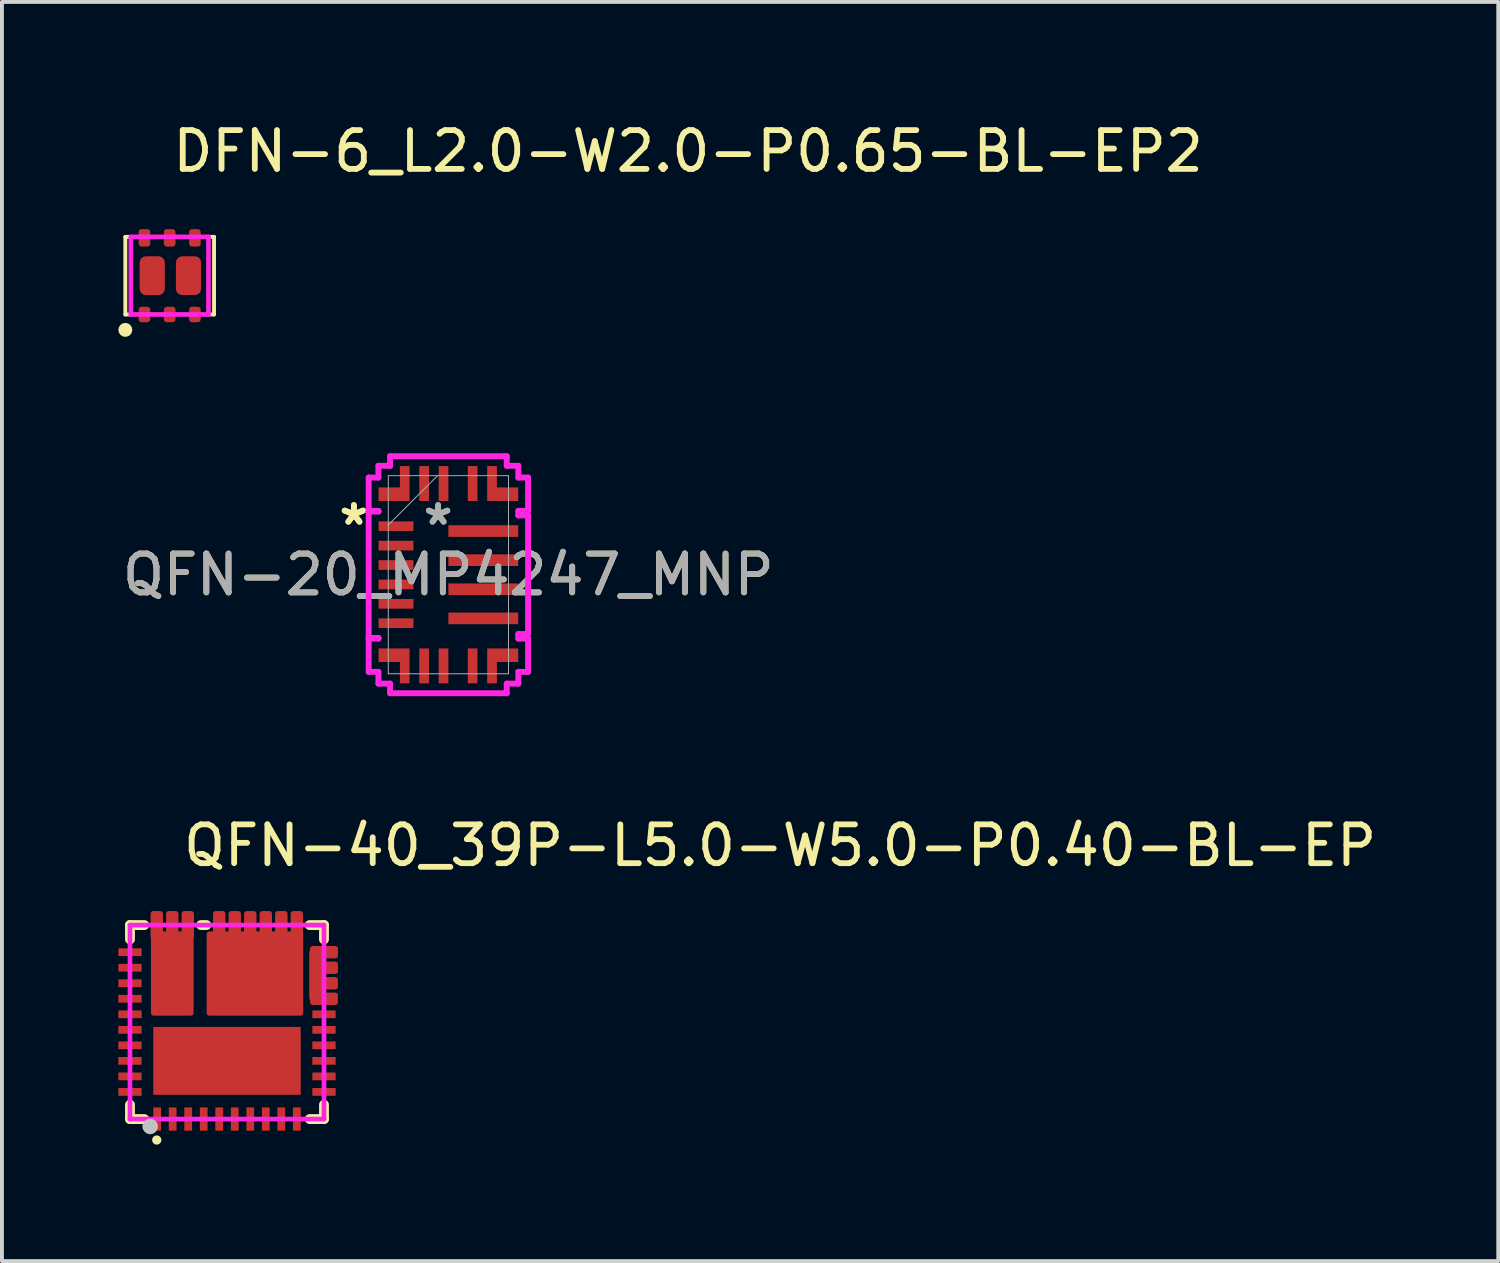
<source format=kicad_pcb>
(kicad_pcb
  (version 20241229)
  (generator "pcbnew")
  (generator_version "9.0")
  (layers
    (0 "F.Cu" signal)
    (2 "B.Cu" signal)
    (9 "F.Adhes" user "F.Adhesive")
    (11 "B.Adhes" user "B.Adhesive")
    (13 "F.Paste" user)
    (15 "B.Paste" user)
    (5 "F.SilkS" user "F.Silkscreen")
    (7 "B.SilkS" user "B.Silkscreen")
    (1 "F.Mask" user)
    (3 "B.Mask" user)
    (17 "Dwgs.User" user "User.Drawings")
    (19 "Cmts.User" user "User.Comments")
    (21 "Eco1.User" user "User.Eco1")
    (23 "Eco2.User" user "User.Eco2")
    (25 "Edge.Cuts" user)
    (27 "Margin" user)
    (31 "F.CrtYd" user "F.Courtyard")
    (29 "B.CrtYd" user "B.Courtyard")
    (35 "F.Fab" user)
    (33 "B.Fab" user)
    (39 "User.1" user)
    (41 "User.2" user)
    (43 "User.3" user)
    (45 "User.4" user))
  (footprint "QFN-20_MP4247_MNP"
    (layer "F.Cu")
    (at 8.506 11.762)
    (property "Reference" "QFN-20_MP4247_MNP" (at 0 0 0) (unlocked yes) (layer "F.SilkS") (effects (font (size 1 1) (thickness 0.15))))
    (attr smd)
    (fp_poly (pts (xy -1.25 -2.8) (xy -1.25 -2.25) (xy -1.8 -2.25) (xy -1.8 -1.9) (xy -1 -1.9) (xy -1 -2.8)) (stroke (width 0) (type solid)) (fill yes) (layer "F.Cu"))
    (fp_poly (pts (xy -1.25 2.8) (xy -1.25 2.25) (xy -1.8 2.25) (xy -1.8 1.9) (xy -1 1.9) (xy -1 2.8)) (stroke (width 0) (type solid)) (fill yes) (layer "F.Cu"))
    (fp_poly (pts (xy 1.25 -2.8) (xy 1.25 -2.25) (xy 1.8 -2.25) (xy 1.8 -1.9) (xy 1 -1.9) (xy 1 -2.8)) (stroke (width 0) (type solid)) (fill yes) (layer "F.Cu"))
    (fp_poly (pts (xy 1.25 2.8) (xy 1.25 2.25) (xy 1.8 2.25) (xy 1.8 1.9) (xy 1 1.9) (xy 1 2.8)) (stroke (width 0) (type solid)) (fill yes) (layer "F.Cu"))
    (fp_poly (pts (xy -1.25 -2.8) (xy -1.25 -2.25) (xy -1.8 -2.25) (xy -1.8 -1.9) (xy -1 -1.9) (xy -1 -2.8)) (stroke (width 0) (type solid)) (fill yes) (layer "F.Mask"))
    (fp_poly (pts (xy -1.25 2.8) (xy -1.25 2.25) (xy -1.8 2.25) (xy -1.8 1.9) (xy -1 1.9) (xy -1 2.8)) (stroke (width 0) (type solid)) (fill yes) (layer "F.Mask"))
    (fp_poly (pts (xy 1.25 -2.8) (xy 1.25 -2.25) (xy 1.8 -2.25) (xy 1.8 -1.9) (xy 1 -1.9) (xy 1 -2.8)) (stroke (width 0) (type solid)) (fill yes) (layer "F.Mask"))
    (fp_poly (pts (xy 1.25 2.8) (xy 1.25 2.25) (xy 1.8 2.25) (xy 1.8 1.9) (xy 1 1.9) (xy 1 2.8)) (stroke (width 0) (type solid)) (fill yes) (layer "F.Mask"))
    (fp_poly (pts (xy -1.25 -2.8) (xy -1.25 -2.25) (xy -1.8 -2.25) (xy -1.8 -1.9) (xy -1 -1.9) (xy -1 -2.8)) (stroke (width 0) (type solid)) (fill yes) (layer "F.Paste"))
    (fp_poly (pts (xy -1.25 2.8) (xy -1.25 2.25) (xy -1.8 2.25) (xy -1.8 1.9) (xy -1 1.9) (xy -1 2.8)) (stroke (width 0) (type solid)) (fill yes) (layer "F.Paste"))
    (fp_poly (pts (xy 1.25 -2.8) (xy 1.25 -2.25) (xy 1.8 -2.25) (xy 1.8 -1.9) (xy 1 -1.9) (xy 1 -2.8)) (stroke (width 0) (type solid)) (fill yes) (layer "F.Paste"))
    (fp_poly (pts (xy 1.25 2.8) (xy 1.25 2.25) (xy 1.8 2.25) (xy 1.8 1.9) (xy 1 1.9) (xy 1 2.8)) (stroke (width 0) (type solid)) (fill yes) (layer "F.Paste"))
    (fp_line (start -2.054 -2.504) (end -2.054 -1.646) (stroke (width 0.152) (type solid)) (layer "F.CrtYd"))
    (fp_line (start -2.054 -1.646) (end -1.803 -1.646) (stroke (width 0.152) (type solid)) (layer "F.CrtYd"))
    (fp_line (start -2.054 1.646) (end -2.054 2.504) (stroke (width 0.152) (type solid)) (layer "F.CrtYd"))
    (fp_line (start -2.054 2.504) (end -1.803 2.504) (stroke (width 0.152) (type solid)) (layer "F.CrtYd"))
    (fp_line (start -2.054 -1.629) (end -2.054 1.629) (stroke (width 0.152) (type solid)) (layer "F.CrtYd"))
    (fp_line (start -2.054 1.629) (end -1.803 1.629) (stroke (width 0.152) (type solid)) (layer "F.CrtYd"))
    (fp_line (start -1.803 -2.807) (end -1.803 -2.504) (stroke (width 0.152) (type solid)) (layer "F.CrtYd"))
    (fp_line (start -1.803 -2.504) (end -2.054 -2.504) (stroke (width 0.152) (type solid)) (layer "F.CrtYd"))
    (fp_line (start -1.803 -1.646) (end -1.803 -1.629) (stroke (width 0.152) (type solid)) (layer "F.CrtYd"))
    (fp_line (start -1.803 -1.629) (end -2.054 -1.629) (stroke (width 0.152) (type solid)) (layer "F.CrtYd"))
    (fp_line (start -1.803 1.629) (end -1.803 1.646) (stroke (width 0.152) (type solid)) (layer "F.CrtYd"))
    (fp_line (start -1.803 1.646) (end -2.054 1.646) (stroke (width 0.152) (type solid)) (layer "F.CrtYd"))
    (fp_line (start -1.803 2.504) (end -1.803 2.807) (stroke (width 0.152) (type solid)) (layer "F.CrtYd"))
    (fp_line (start -1.803 2.807) (end -1.504 2.807) (stroke (width 0.152) (type solid)) (layer "F.CrtYd"))
    (fp_line (start -1.504 -3.054) (end -1.504 -2.807) (stroke (width 0.152) (type solid)) (layer "F.CrtYd"))
    (fp_line (start -1.504 -2.807) (end -1.803 -2.807) (stroke (width 0.152) (type solid)) (layer "F.CrtYd"))
    (fp_line (start -1.504 2.807) (end -1.504 3.054) (stroke (width 0.152) (type solid)) (layer "F.CrtYd"))
    (fp_line (start -1.504 3.054) (end 1.504 3.054) (stroke (width 0.152) (type solid)) (layer "F.CrtYd"))
    (fp_line (start 1.504 -3.054) (end -1.504 -3.054) (stroke (width 0.152) (type solid)) (layer "F.CrtYd"))
    (fp_line (start 1.504 -2.807) (end 1.504 -3.054) (stroke (width 0.152) (type solid)) (layer "F.CrtYd"))
    (fp_line (start 1.504 2.807) (end 1.803 2.807) (stroke (width 0.152) (type solid)) (layer "F.CrtYd"))
    (fp_line (start 1.504 3.054) (end 1.504 2.807) (stroke (width 0.152) (type solid)) (layer "F.CrtYd"))
    (fp_line (start 1.803 -2.807) (end 1.504 -2.807) (stroke (width 0.152) (type solid)) (layer "F.CrtYd"))
    (fp_line (start 1.803 -2.504) (end 1.803 -2.807) (stroke (width 0.152) (type solid)) (layer "F.CrtYd"))
    (fp_line (start 1.803 -1.646) (end 2.054 -1.646) (stroke (width 0.152) (type solid)) (layer "F.CrtYd"))
    (fp_line (start 1.803 -1.529) (end 1.803 -1.646) (stroke (width 0.152) (type solid)) (layer "F.CrtYd"))
    (fp_line (start 1.803 1.529) (end 2.054 1.529) (stroke (width 0.152) (type solid)) (layer "F.CrtYd"))
    (fp_line (start 1.803 1.646) (end 1.803 1.529) (stroke (width 0.152) (type solid)) (layer "F.CrtYd"))
    (fp_line (start 1.803 2.504) (end 2.054 2.504) (stroke (width 0.152) (type solid)) (layer "F.CrtYd"))
    (fp_line (start 1.803 2.807) (end 1.803 2.504) (stroke (width 0.152) (type solid)) (layer "F.CrtYd"))
    (fp_line (start 2.054 -1.529) (end 1.803 -1.529) (stroke (width 0.152) (type solid)) (layer "F.CrtYd"))
    (fp_line (start 2.054 1.529) (end 2.054 -1.529) (stroke (width 0.152) (type solid)) (layer "F.CrtYd"))
    (fp_line (start 2.054 -2.504) (end 1.803 -2.504) (stroke (width 0.152) (type solid)) (layer "F.CrtYd"))
    (fp_line (start 2.054 -1.646) (end 2.054 -2.504) (stroke (width 0.152) (type solid)) (layer "F.CrtYd"))
    (fp_line (start 2.054 1.646) (end 1.803 1.646) (stroke (width 0.152) (type solid)) (layer "F.CrtYd"))
    (fp_line (start 2.054 2.504) (end 2.054 1.646) (stroke (width 0.152) (type solid)) (layer "F.CrtYd"))
    (fp_line (start -1.549 -2.553) (end -1.549 2.553) (stroke (width 0.025) (type solid)) (layer "F.Fab"))
    (fp_line (start -1.549 -1.283) (end -0.279 -2.553) (stroke (width 0.025) (type solid)) (layer "F.Fab"))
    (fp_line (start -1.549 2.553) (end 1.549 2.553) (stroke (width 0.025) (type solid)) (layer "F.Fab"))
    (fp_line (start 1.549 -2.553) (end -1.549 -2.553) (stroke (width 0.025) (type solid)) (layer "F.Fab"))
    (fp_line (start 1.549 2.553) (end 1.549 -2.553) (stroke (width 0.025) (type solid)) (layer "F.Fab"))
    (fp_text user "*" (at -2.435 -1.25 0) (layer "F.SilkS") (effects (font (size 1 1) (thickness 0.15))))
    (fp_text user "*" (at -2.435 -1.25 0) (unlocked yes) (layer "F.SilkS") (effects (font (size 1 1) (thickness 0.15))))
    (fp_text user "*" (at -0.265 -1.25 0) (unlocked yes) (layer "F.Fab") (effects (font (size 1 1) (thickness 0.15))))
    (fp_text user "${REFERENCE}" (at 0 0 0) (unlocked yes) (layer "F.Fab") (effects (font (size 1 1) (thickness 0.15))))
    (fp_text user "*" (at -0.265 -1.25 0) (layer "F.Fab") (effects (font (size 1 1) (thickness 0.15))))
    (pad "1" smd rect (at -1.35 -1.25) (size 0.9 0.25) (layers "F.Cu" "F.Mask" "F.Paste"))
    (pad "2" smd rect (at -1.35 -0.75) (size 0.9 0.25) (layers "F.Cu" "F.Mask" "F.Paste"))
    (pad "3" smd rect (at -1.35 -0.25) (size 0.9 0.25) (layers "F.Cu" "F.Mask" "F.Paste"))
    (pad "4" smd rect (at -1.35 0.25) (size 0.9 0.25) (layers "F.Cu" "F.Mask" "F.Paste"))
    (pad "5" smd rect (at -1.35 0.75) (size 0.9 0.25) (layers "F.Cu" "F.Mask" "F.Paste"))
    (pad "6" smd rect (at -1.35 1.25) (size 0.9 0.25) (layers "F.Cu" "F.Mask" "F.Paste"))
    (pad "7" smd rect (at -1.125 2.35 90) (size 0.127 0.127) (layers "F.Cu" "F.Mask" "F.Paste"))
    (pad "8" smd rect (at -0.625 2.35 90) (size 0.9 0.25) (layers "F.Cu" "F.Mask" "F.Paste"))
    (pad "9" smd rect (at -0.125 2.35 90) (size 0.9 0.25) (layers "F.Cu" "F.Mask" "F.Paste"))
    (pad "10" smd rect (at 0.625 2.35 90) (size 0.9 0.25) (layers "F.Cu" "F.Mask" "F.Paste"))
    (pad "11" smd rect (at 1.125 2.35 90) (size 0.127 0.127) (layers "F.Cu" "F.Mask" "F.Paste"))
    (pad "12" smd rect (at 0.9 1.125) (size 1.8 0.3) (layers "F.Cu" "F.Mask" "F.Paste"))
    (pad "13" smd rect (at 0.9 0.375) (size 1.8 0.3) (layers "F.Cu" "F.Mask" "F.Paste"))
    (pad "14" smd rect (at 0.9 -0.375) (size 1.8 0.3) (layers "F.Cu" "F.Mask" "F.Paste"))
    (pad "15" smd rect (at 0.9 -1.125) (size 1.8 0.3) (layers "F.Cu" "F.Mask" "F.Paste"))
    (pad "16" smd rect (at 1.125 -2.35 90) (size 0.127 0.127) (layers "F.Cu" "F.Mask" "F.Paste"))
    (pad "17" smd rect (at 0.625 -2.35 90) (size 0.9 0.25) (layers "F.Cu" "F.Mask" "F.Paste"))
    (pad "18" smd rect (at -0.125 -2.35 90) (size 0.9 0.25) (layers "F.Cu" "F.Mask" "F.Paste"))
    (pad "19" smd rect (at -0.625 -2.35 90) (size 0.9 0.25) (layers "F.Cu" "F.Mask" "F.Paste"))
    (pad "20" smd rect (at -1.125 -2.35 90) (size 0.127 0.127) (layers "F.Cu" "F.Mask" "F.Paste")))
  (footprint "DFN-6_L2.0-W2.0-P0.65-BL-EP2"
    (layer "F.Cu")
    (at 1.323 4.055)
    (property "Reference" "DFN-6_L2.0-W2.0-P0.65-BL-EP2" (at 0 -3.207 0) (layer "F.SilkS") (effects (font (size 1 1) (thickness 0.15)) (justify left)))
    (attr through_hole)
    (fp_line (start -1.143 -1) (end -1.031 -1) (stroke (width 0.1) (type solid)) (layer "F.SilkS"))
    (fp_line (start -1.143 1) (end -1.143 -1) (stroke (width 0.1) (type solid)) (layer "F.SilkS"))
    (fp_line (start -1.143 1) (end -1.031 1) (stroke (width 0.1) (type solid)) (layer "F.SilkS"))
    (fp_line (start 1.031 -1) (end 1.143 -1) (stroke (width 0.1) (type solid)) (layer "F.SilkS"))
    (fp_line (start 1.031 1) (end 1.143 1) (stroke (width 0.1) (type solid)) (layer "F.SilkS"))
    (fp_line (start 1.143 1) (end 1.143 -1) (stroke (width 0.1) (type solid)) (layer "F.SilkS"))
    (fp_circle (center -1.143 1.397) (end -1.053 1.397) (stroke (width 0.18) (type solid)) (fill no) (layer "F.SilkS"))
    (fp_line (start -1 -1) (end 1 -1) (stroke (width 0.12) (type solid)) (layer "F.CrtYd"))
    (fp_line (start -1 1) (end -1 -1) (stroke (width 0.12) (type solid)) (layer "F.CrtYd"))
    (fp_line (start 1 -1) (end 1 1) (stroke (width 0.12) (type solid)) (layer "F.CrtYd"))
    (fp_line (start 1 1) (end -1 1) (stroke (width 0.12) (type solid)) (layer "F.CrtYd"))
    (pad "1" smd roundrect (at -0.65 1) (size 0.3 0.4) (layers "F.Cu" "F.Mask" "F.Paste") (roundrect_rratio 0.25))
    (pad "2" smd roundrect (at 0 1) (size 0.3 0.4) (layers "F.Cu" "F.Mask" "F.Paste") (roundrect_rratio 0.25))
    (pad "3" smd roundrect (at 0.485 0) (size 0.65 1) (layers "F.Cu" "F.Mask" "F.Paste") (roundrect_rratio 0.25))
    (pad "3" smd roundrect (at 0.65 1) (size 0.3 0.4) (layers "F.Cu" "F.Mask" "F.Paste") (roundrect_rratio 0.25))
    (pad "4" smd roundrect (at 0.65 -0.975) (size 0.3 0.45) (layers "F.Cu" "F.Mask" "F.Paste") (roundrect_rratio 0.25))
    (pad "5" smd roundrect (at 0 -0.975) (size 0.3 0.45) (layers "F.Cu" "F.Mask" "F.Paste") (roundrect_rratio 0.25))
    (pad "6" smd roundrect (at -0.65 -0.975) (size 0.3 0.45) (layers "F.Cu" "F.Mask" "F.Paste") (roundrect_rratio 0.25))
    (pad "6" smd roundrect (at -0.45 0) (size 0.65 1) (layers "F.Cu" "F.Mask" "F.Paste") (roundrect_rratio 0.25)))
  (footprint "QFN-40_39P-L5.0-W5.0-P0.40-BL-EP"
    (layer "F.Cu")
    (at 2.8 23.641)
    (property "Reference" "QFN-40_39P-L5.0-W5.0-P0.40-BL-EP" (at -1.2 -4.9 0) (layer "F.SilkS") (effects (font (size 1 1) (thickness 0.15)) (justify left)))
    (attr smd)
    (fp_line (start -2.5 -2.85) (end -2.131 -2.85) (stroke (width 0.254) (type solid)) (layer "F.SilkS"))
    (fp_line (start -2.5 -2.481) (end -2.5 -2.85) (stroke (width 0.254) (type solid)) (layer "F.SilkS"))
    (fp_line (start -2.5 2.15) (end -2.5 1.781) (stroke (width 0.254) (type solid)) (layer "F.SilkS"))
    (fp_line (start -2.131 2.15) (end -2.5 2.15) (stroke (width 0.254) (type solid)) (layer "F.SilkS"))
    (fp_line (start -0.669 -2.85) (end -0.531 -2.85) (stroke (width 0.254) (type solid)) (layer "F.SilkS"))
    (fp_line (start 2.131 -2.85) (end 2.5 -2.85) (stroke (width 0.254) (type solid)) (layer "F.SilkS"))
    (fp_line (start 2.5 -2.85) (end 2.5 -2.481) (stroke (width 0.254) (type solid)) (layer "F.SilkS"))
    (fp_line (start 2.5 1.781) (end 2.5 2.15) (stroke (width 0.254) (type solid)) (layer "F.SilkS"))
    (fp_line (start 2.5 2.15) (end 2.131 2.15) (stroke (width 0.254) (type solid)) (layer "F.SilkS"))
    (fp_circle (center -1.81 2.69) (end -1.75 2.69) (stroke (width 0.12) (type solid)) (fill no) (layer "F.SilkS"))
    (fp_circle (center -1.98 2.34) (end -1.88 2.34) (stroke (width 0.2) (type solid)) (fill no) (layer "Dwgs.User"))
    (fp_circle (center -2.5 2.15) (end -2.47 2.15) (stroke (width 0.06) (type solid)) (fill no) (layer "Eco2.User"))
    (fp_line (start -2.5 -2.85) (end 2.5 -2.85) (stroke (width 0.12) (type solid)) (layer "F.CrtYd"))
    (fp_line (start -2.5 2.15) (end -2.5 -2.85) (stroke (width 0.12) (type solid)) (layer "F.CrtYd"))
    (fp_line (start 2.5 -2.85) (end 2.5 2.15) (stroke (width 0.12) (type solid)) (layer "F.CrtYd"))
    (fp_line (start 2.5 2.15) (end -2.5 2.15) (stroke (width 0.12) (type solid)) (layer "F.CrtYd"))
    (pad "1" smd rect (at -1.8 2.15 90) (size 0.6 0.2) (layers "F.Cu" "F.Mask" "F.Paste"))
    (pad "2" smd rect (at -1.4 2.15 90) (size 0.6 0.2) (layers "F.Cu" "F.Mask" "F.Paste"))
    (pad "3" smd rect (at -1 2.15 90) (size 0.6 0.2) (layers "F.Cu" "F.Mask" "F.Paste"))
    (pad "4" smd rect (at -0.6 2.15 90) (size 0.6 0.2) (layers "F.Cu" "F.Mask" "F.Paste"))
    (pad "5" smd rect (at -0.2 2.15 90) (size 0.6 0.2) (layers "F.Cu" "F.Mask" "F.Paste"))
    (pad "6" smd rect (at 0.2 2.15 90) (size 0.6 0.2) (layers "F.Cu" "F.Mask" "F.Paste"))
    (pad "7" smd rect (at 0.6 2.15 90) (size 0.6 0.2) (layers "F.Cu" "F.Mask" "F.Paste"))
    (pad "8" smd rect (at 1 2.15 90) (size 0.6 0.2) (layers "F.Cu" "F.Mask" "F.Paste"))
    (pad "9" smd rect (at 1.4 2.15 90) (size 0.6 0.2) (layers "F.Cu" "F.Mask" "F.Paste"))
    (pad "10" smd rect (at 1.8 2.15 90) (size 0.6 0.2) (layers "F.Cu" "F.Mask" "F.Paste"))
    (pad "11" smd rect (at 2.5 1.45 180) (size 0.6 0.2) (layers "F.Cu" "F.Mask" "F.Paste"))
    (pad "12" smd rect (at 2.5 1.05 180) (size 0.6 0.2) (layers "F.Cu" "F.Mask" "F.Paste"))
    (pad "13" smd rect (at 2.5 0.65 180) (size 0.6 0.2) (layers "F.Cu" "F.Mask" "F.Paste"))
    (pad "14" smd rect (at 2.5 0.25 180) (size 0.6 0.2) (layers "F.Cu" "F.Mask" "F.Paste"))
    (pad "15" smd rect (at 2.5 -0.15 180) (size 0.6 0.2) (layers "F.Cu" "F.Mask" "F.Paste"))
    (pad "16" smd rect (at 2.5 -0.55 180) (size 0.6 0.2) (layers "F.Cu" "F.Mask" "F.Paste"))
    (pad "18" smd custom (at 2.49 -1.55) (size 0.102 0.102) (layers "F.Cu" "F.Mask" "F.Paste") (options (anchor circle)) (primitives (gr_poly (pts (xy 0.31 -0.5) (xy 0.31 -0.7) (xy -0.29 -0.7) (xy -0.29 -0.61) (xy -0.31 -0.61) (xy -0.31 0.59) (xy -0.29 0.59) (xy -0.29 0.7) (xy 0.31 0.7) (xy 0.31 0.5) (xy -0.01 0.5) (xy -0.01 0.3) (xy 0.31 0.3) (xy 0.31 0.1) (xy -0.01 0.1) (xy -0.01 -0.1) (xy 0.31 -0.1) (xy 0.31 -0.3) (xy -0.01 -0.3) (xy -0.01 -0.5) (xy 0.31 -0.5)) (width 0.12) (fill yes))))
    (pad "30" smd rect (at -2.5 -2.15 180) (size 0.6 0.2) (layers "F.Cu" "F.Mask" "F.Paste"))
    (pad "31" smd rect (at -2.5 -1.75) (size 0.6 0.2) (layers "F.Cu" "F.Mask" "F.Paste"))
    (pad "32" smd rect (at -2.5 -1.35) (size 0.6 0.2) (layers "F.Cu" "F.Mask" "F.Paste"))
    (pad "33" smd rect (at -2.5 -0.95) (size 0.6 0.2) (layers "F.Cu" "F.Mask" "F.Paste"))
    (pad "34" smd rect (at -2.5 -0.55) (size 0.6 0.2) (layers "F.Cu" "F.Mask" "F.Paste"))
    (pad "35" smd rect (at -2.5 -0.15) (size 0.6 0.2) (layers "F.Cu" "F.Mask" "F.Paste"))
    (pad "36" smd rect (at -2.5 0.25) (size 0.6 0.2) (layers "F.Cu" "F.Mask" "F.Paste"))
    (pad "37" smd rect (at -2.5 0.65) (size 0.6 0.2) (layers "F.Cu" "F.Mask" "F.Paste"))
    (pad "38" smd rect (at -2.5 1.05) (size 0.6 0.2) (layers "F.Cu" "F.Mask" "F.Paste"))
    (pad "39" smd rect (at -2.5 1.45) (size 0.6 0.2) (layers "F.Cu" "F.Mask" "F.Paste"))
    (pad "40" smd rect (at 0 0.65 90) (size 1.75 3.8) (layers "F.Cu" "F.Mask" "F.Paste"))
    (pad "41" smd custom (at -1.41 -1.863) (size 0.102 0.102) (layers "F.Cu" "F.Mask" "F.Paste") (options (anchor circle)) (primitives (gr_poly (pts (xy -0.3 -0.762) (xy -0.3 -1.287) (xy -0.5 -1.287) (xy -0.5 -0.687) (xy -0.49 -0.687) (xy -0.49 1.288) (xy 0.49 1.288) (xy 0.49 -0.687) (xy 0.5 -0.687) (xy 0.5 -1.287) (xy 0.3 -1.287) (xy 0.3 -0.762) (xy 0.1 -0.762) (xy 0.1 -1.287) (xy -0.1 -1.287) (xy -0.1 -0.762) (xy -0.3 -0.762)) (width 0.12) (fill yes))))
    (pad "42" smd custom (at 0.72 -1.863) (size 0.102 0.102) (layers "F.Cu" "F.Mask" "F.Paste") (options (anchor circle)) (primitives (gr_poly (pts (xy -0.42 -0.762) (xy -0.42 -1.287) (xy -0.62 -1.287) (xy -0.62 -0.762) (xy -0.82 -0.762) (xy -0.82 -1.287) (xy -1.02 -1.287) (xy -1.02 -0.762) (xy -1.185 -0.762) (xy -1.185 1.288) (xy 1.185 1.288) (xy 1.185 -0.762) (xy 1.18 -0.762) (xy 1.18 -1.287) (xy 0.98 -1.287) (xy 0.98 -0.762) (xy 0.78 -0.762) (xy 0.78 -1.287) (xy 0.58 -1.287) (xy 0.58 -0.762) (xy 0.38 -0.762) (xy 0.38 -1.287) (xy 0.18 -1.287) (xy 0.18 -0.762) (xy -0.02 -0.762) (xy -0.02 -1.287) (xy -0.22 -1.287) (xy -0.22 -0.762) (xy -0.42 -0.762)) (width 0.12) (fill yes)))))
  (gr_rect
    (start -3 -3)
    (end 35.564 29.451)
    (stroke (width 0.1) (type default))
    (fill no)
    (layer "Edge.Cuts")))
</source>
